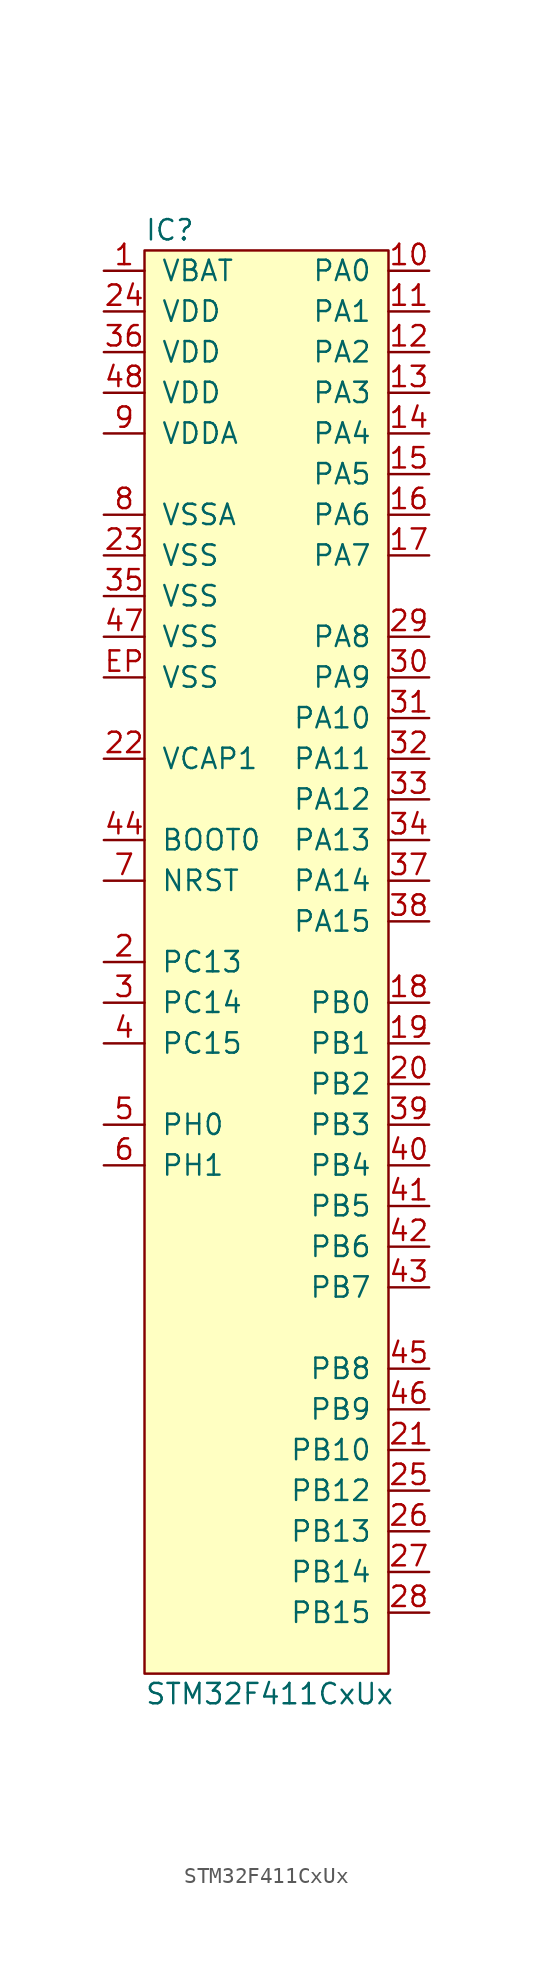
<source format=kicad_sym>
(kicad_symbol_lib
  (version 20211014)
  (generator agg_kicad.build_lib_ic)
  (symbol "STM32F411CxUx"
    (pin_names
      (offset 1.016))
    (property Reference IC
      (at -7.62 45.72 0)
      (effects (font (size 1.27 1.27)) (justify left)))
    (property Value "STM32F411CxUx"
      (at -7.62 -45.72 0)
      (effects (font (size 1.27 1.27)) (justify left)))
    (symbol "STM32F411CxUx_0_0"
      (rectangle (start -7.62 44.45) (end 7.62 -44.45) (stroke (width 0) (type default) (color 0 0 0 0)) (fill (type background)))
      (pin power_in line (at -10.16 43.18 0) (length 2.54) (name VBAT (effects (font (size 1.27 1.27)))) (number "1" (effects (font (size 1.27 1.27)))))
      (pin power_in line (at -10.16 40.64 0) (length 2.54) (name VDD (effects (font (size 1.27 1.27)))) (number "24" (effects (font (size 1.27 1.27)))))
      (pin power_in line (at -10.16 38.1 0) (length 2.54) (name VDD (effects (font (size 1.27 1.27)))) (number "36" (effects (font (size 1.27 1.27)))))
      (pin power_in line (at -10.16 35.56 0) (length 2.54) (name VDD (effects (font (size 1.27 1.27)))) (number "48" (effects (font (size 1.27 1.27)))))
      (pin power_in line (at -10.16 33.02 0) (length 2.54) (name VDDA (effects (font (size 1.27 1.27)))) (number "9" (effects (font (size 1.27 1.27)))))
      (pin power_in line (at -10.16 27.94 0) (length 2.54) (name VSSA (effects (font (size 1.27 1.27)))) (number "8" (effects (font (size 1.27 1.27)))))
      (pin power_in line (at -10.16 25.4 0) (length 2.54) (name VSS (effects (font (size 1.27 1.27)))) (number "23" (effects (font (size 1.27 1.27)))))
      (pin power_in line (at -10.16 22.86 0) (length 2.54) (name VSS (effects (font (size 1.27 1.27)))) (number "35" (effects (font (size 1.27 1.27)))))
      (pin power_in line (at -10.16 20.32 0) (length 2.54) (name VSS (effects (font (size 1.27 1.27)))) (number "47" (effects (font (size 1.27 1.27)))))
      (pin power_in line (at -10.16 17.78 0) (length 2.54) (name VSS (effects (font (size 1.27 1.27)))) (number EP (effects (font (size 1.27 1.27)))))
      (pin passive line (at -10.16 12.7 0) (length 2.54) (name "VCAP1" (effects (font (size 1.27 1.27)))) (number "22" (effects (font (size 1.27 1.27)))))
      (pin input line (at -10.16 7.62 0) (length 2.54) (name "BOOT0" (effects (font (size 1.27 1.27)))) (number "44" (effects (font (size 1.27 1.27)))))
      (pin input line (at -10.16 5.08 0) (length 2.54) (name NRST (effects (font (size 1.27 1.27)))) (number "7" (effects (font (size 1.27 1.27)))))
      (pin bidirectional line (at -10.16 0 0) (length 2.54) (name "PC13" (effects (font (size 1.27 1.27)))) (number "2" (effects (font (size 1.27 1.27)))))
      (pin bidirectional line (at -10.16 -2.54 0) (length 2.54) (name "PC14" (effects (font (size 1.27 1.27)))) (number "3" (effects (font (size 1.27 1.27)))))
      (pin bidirectional line (at -10.16 -5.08 0) (length 2.54) (name "PC15" (effects (font (size 1.27 1.27)))) (number "4" (effects (font (size 1.27 1.27)))))
      (pin bidirectional line (at -10.16 -10.16 0) (length 2.54) (name "PH0" (effects (font (size 1.27 1.27)))) (number "5" (effects (font (size 1.27 1.27)))))
      (pin bidirectional line (at -10.16 -12.7 0) (length 2.54) (name "PH1" (effects (font (size 1.27 1.27)))) (number "6" (effects (font (size 1.27 1.27)))))
      (pin bidirectional line (at 10.16 43.18 180) (length 2.54) (name "PA0" (effects (font (size 1.27 1.27)))) (number "10" (effects (font (size 1.27 1.27)))))
      (pin bidirectional line (at 10.16 40.64 180) (length 2.54) (name "PA1" (effects (font (size 1.27 1.27)))) (number "11" (effects (font (size 1.27 1.27)))))
      (pin bidirectional line (at 10.16 38.1 180) (length 2.54) (name "PA2" (effects (font (size 1.27 1.27)))) (number "12" (effects (font (size 1.27 1.27)))))
      (pin bidirectional line (at 10.16 35.56 180) (length 2.54) (name "PA3" (effects (font (size 1.27 1.27)))) (number "13" (effects (font (size 1.27 1.27)))))
      (pin bidirectional line (at 10.16 33.02 180) (length 2.54) (name "PA4" (effects (font (size 1.27 1.27)))) (number "14" (effects (font (size 1.27 1.27)))))
      (pin bidirectional line (at 10.16 30.48 180) (length 2.54) (name "PA5" (effects (font (size 1.27 1.27)))) (number "15" (effects (font (size 1.27 1.27)))))
      (pin bidirectional line (at 10.16 27.94 180) (length 2.54) (name "PA6" (effects (font (size 1.27 1.27)))) (number "16" (effects (font (size 1.27 1.27)))))
      (pin bidirectional line (at 10.16 25.4 180) (length 2.54) (name "PA7" (effects (font (size 1.27 1.27)))) (number "17" (effects (font (size 1.27 1.27)))))
      (pin bidirectional line (at 10.16 20.32 180) (length 2.54) (name "PA8" (effects (font (size 1.27 1.27)))) (number "29" (effects (font (size 1.27 1.27)))))
      (pin bidirectional line (at 10.16 17.78 180) (length 2.54) (name "PA9" (effects (font (size 1.27 1.27)))) (number "30" (effects (font (size 1.27 1.27)))))
      (pin bidirectional line (at 10.16 15.24 180) (length 2.54) (name "PA10" (effects (font (size 1.27 1.27)))) (number "31" (effects (font (size 1.27 1.27)))))
      (pin bidirectional line (at 10.16 12.7 180) (length 2.54) (name "PA11" (effects (font (size 1.27 1.27)))) (number "32" (effects (font (size 1.27 1.27)))))
      (pin bidirectional line (at 10.16 10.16 180) (length 2.54) (name "PA12" (effects (font (size 1.27 1.27)))) (number "33" (effects (font (size 1.27 1.27)))))
      (pin bidirectional line (at 10.16 7.62 180) (length 2.54) (name "PA13" (effects (font (size 1.27 1.27)))) (number "34" (effects (font (size 1.27 1.27)))))
      (pin bidirectional line (at 10.16 5.08 180) (length 2.54) (name "PA14" (effects (font (size 1.27 1.27)))) (number "37" (effects (font (size 1.27 1.27)))))
      (pin bidirectional line (at 10.16 2.54 180) (length 2.54) (name "PA15" (effects (font (size 1.27 1.27)))) (number "38" (effects (font (size 1.27 1.27)))))
      (pin bidirectional line (at 10.16 -2.54 180) (length 2.54) (name "PB0" (effects (font (size 1.27 1.27)))) (number "18" (effects (font (size 1.27 1.27)))))
      (pin bidirectional line (at 10.16 -5.08 180) (length 2.54) (name "PB1" (effects (font (size 1.27 1.27)))) (number "19" (effects (font (size 1.27 1.27)))))
      (pin bidirectional line (at 10.16 -7.62 180) (length 2.54) (name "PB2" (effects (font (size 1.27 1.27)))) (number "20" (effects (font (size 1.27 1.27)))))
      (pin bidirectional line (at 10.16 -10.16 180) (length 2.54) (name "PB3" (effects (font (size 1.27 1.27)))) (number "39" (effects (font (size 1.27 1.27)))))
      (pin bidirectional line (at 10.16 -12.7 180) (length 2.54) (name "PB4" (effects (font (size 1.27 1.27)))) (number "40" (effects (font (size 1.27 1.27)))))
      (pin bidirectional line (at 10.16 -15.24 180) (length 2.54) (name "PB5" (effects (font (size 1.27 1.27)))) (number "41" (effects (font (size 1.27 1.27)))))
      (pin bidirectional line (at 10.16 -17.78 180) (length 2.54) (name "PB6" (effects (font (size 1.27 1.27)))) (number "42" (effects (font (size 1.27 1.27)))))
      (pin bidirectional line (at 10.16 -20.32 180) (length 2.54) (name "PB7" (effects (font (size 1.27 1.27)))) (number "43" (effects (font (size 1.27 1.27)))))
      (pin bidirectional line (at 10.16 -25.4 180) (length 2.54) (name "PB8" (effects (font (size 1.27 1.27)))) (number "45" (effects (font (size 1.27 1.27)))))
      (pin bidirectional line (at 10.16 -27.94 180) (length 2.54) (name "PB9" (effects (font (size 1.27 1.27)))) (number "46" (effects (font (size 1.27 1.27)))))
      (pin bidirectional line (at 10.16 -30.48 180) (length 2.54) (name "PB10" (effects (font (size 1.27 1.27)))) (number "21" (effects (font (size 1.27 1.27)))))
      (pin bidirectional line (at 10.16 -33.02 180) (length 2.54) (name "PB12" (effects (font (size 1.27 1.27)))) (number "25" (effects (font (size 1.27 1.27)))))
      (pin bidirectional line (at 10.16 -35.56 180) (length 2.54) (name "PB13" (effects (font (size 1.27 1.27)))) (number "26" (effects (font (size 1.27 1.27)))))
      (pin bidirectional line (at 10.16 -38.1 180) (length 2.54) (name "PB14" (effects (font (size 1.27 1.27)))) (number "27" (effects (font (size 1.27 1.27)))))
      (pin bidirectional line (at 10.16 -40.64 180) (length 2.54) (name "PB15" (effects (font (size 1.27 1.27)))) (number "28" (effects (font (size 1.27 1.27))))))))
</source>
